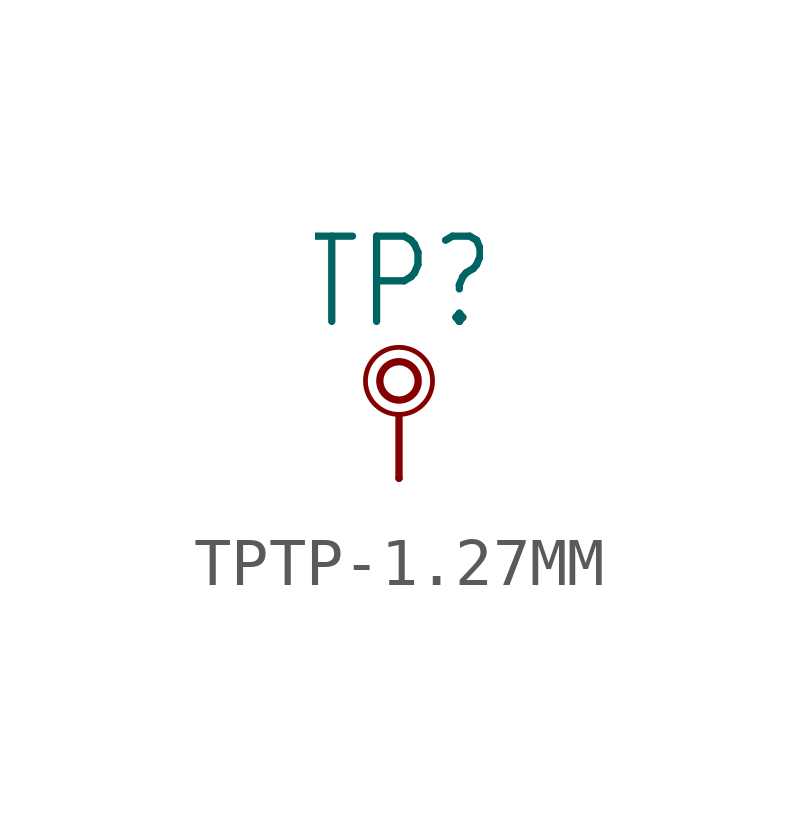
<source format=kicad_sym>
(kicad_symbol_lib
  (version 20211014)
  (generator kicad_symbol_editor)
  (symbol "TPTP-1.27MM"
    (property "Reference" "TP"
      (at 0 0.508 0)
      (effects (font (size 1.778 1.511)) (justify bottom)))
    (property "ki_locked" ""
      (at 0 0 0)
      (effects (font (size 1.27 1.27))))
    (symbol "TPTP-1.27MM_1_0"
      (circle (center 0 -0.508) (radius 0.4) (stroke (width 0) (type default) (color 0 0 0 0)) (fill (type none)))
      (circle (center 0 -0.508) (radius 0.7) (stroke (width 0.1) (type default) (color 0 0 0 0)) (fill (type none)))
      (polyline (pts (xy 0 -2.54) (xy 0 -1.27)) (stroke (width 0.152) (type default) (color 0 0 0 0)) (fill (type none)))
      (pin passive line (at 0 -2.54 90) (length 0) (name "P$1" (effects (font (size 0 0)))) (number "X" (effects (font (size 0 0))))))))
</source>
